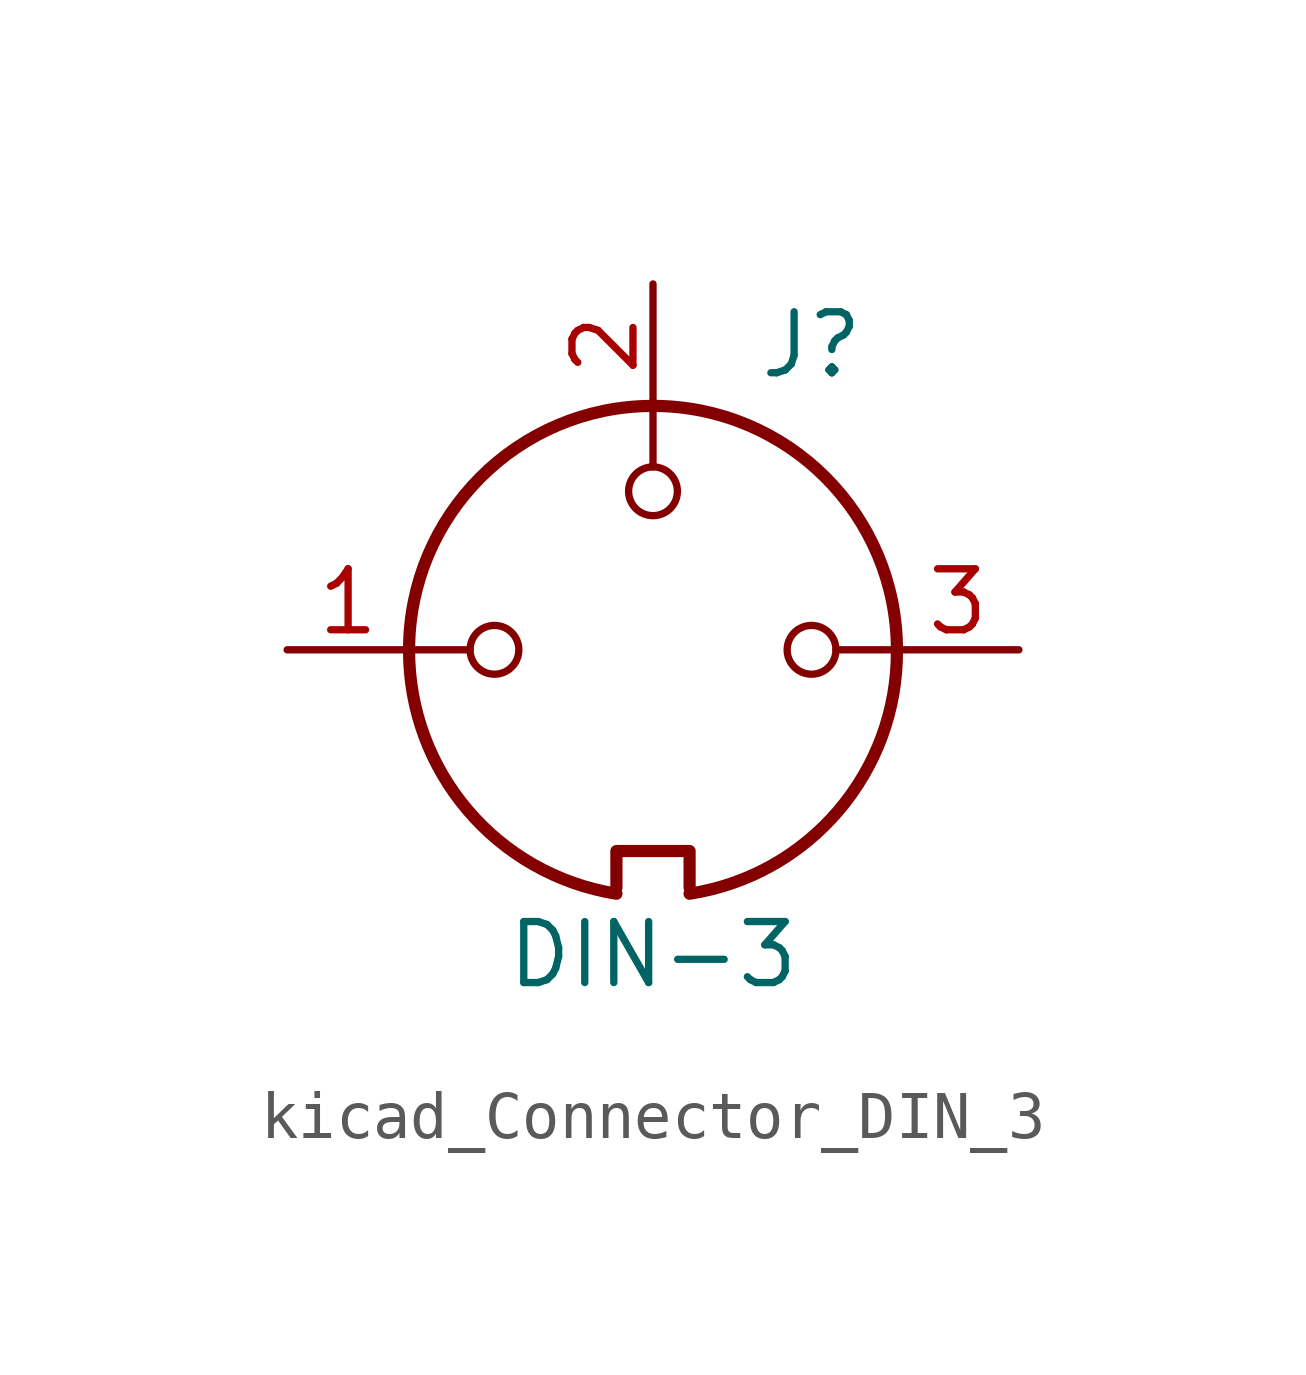
<source format=kicad_sym>
(kicad_symbol_lib
  (version 20220914)
  (generator kicad_symbol_editor)
  (symbol "kicad_Connector_DIN_3"
    (pin_names
      (offset 1.016))
    (property "Reference" "J"
      (at 3.302 6.35 0)
      (effects (font (size 1.27 1.27))))
    (property "Value" "DIN-3"
      (at 0 -6.35 0)
      (effects (font (size 1.27 1.27))))
    (symbol "kicad_Connector_DIN_3_0_1"
      (arc (start -5.08 0) (mid -3.8609 -3.3364) (end -0.762 -5.08) (stroke (width 0.254) (type default)) (fill (type none)))
      (circle (center -3.302 0) (radius 0.508) (stroke (width 0) (type default)) (fill (type none)))
      (polyline (pts (xy -3.81 0) (xy -5.08 0)) (stroke (width 0) (type default)) (fill (type none)))
      (polyline (pts (xy 0 3.81) (xy 0 5.08)) (stroke (width 0) (type default)) (fill (type none)))
      (polyline (pts (xy 5.08 0) (xy 3.81 0)) (stroke (width 0) (type default)) (fill (type none)))
      (polyline (pts (xy -0.762 -4.953) (xy -0.762 -4.191) (xy 0.762 -4.191) (xy 0.762 -4.953)) (stroke (width 0.254) (type default)) (fill (type none)))
      (circle (center 0 3.302) (radius 0.508) (stroke (width 0) (type default)) (fill (type none)))
      (arc (start 0.762 -5.08) (mid 3.8685 -3.343) (end 5.08 0) (stroke (width 0.254) (type default)) (fill (type none)))
      (circle (center 3.302 0) (radius 0.508) (stroke (width 0) (type default)) (fill (type none)))
      (arc (start 5.08 0) (mid 0 5.0579) (end -5.08 0) (stroke (width 0.254) (type default)) (fill (type none))))
    (symbol "kicad_Connector_DIN_3_1_1"
      (pin passive line (at -7.62 0 0) (length 2.54) (name "~" (effects (font (size 1.27 1.27)))) (number "1" (effects (font (size 1.27 1.27)))))
      (pin passive line (at 0 7.62 270) (length 2.54) (name "~" (effects (font (size 1.27 1.27)))) (number "2" (effects (font (size 1.27 1.27)))))
      (pin passive line (at 7.62 0 180) (length 2.54) (name "~" (effects (font (size 1.27 1.27)))) (number "3" (effects (font (size 1.27 1.27))))))))
</source>
